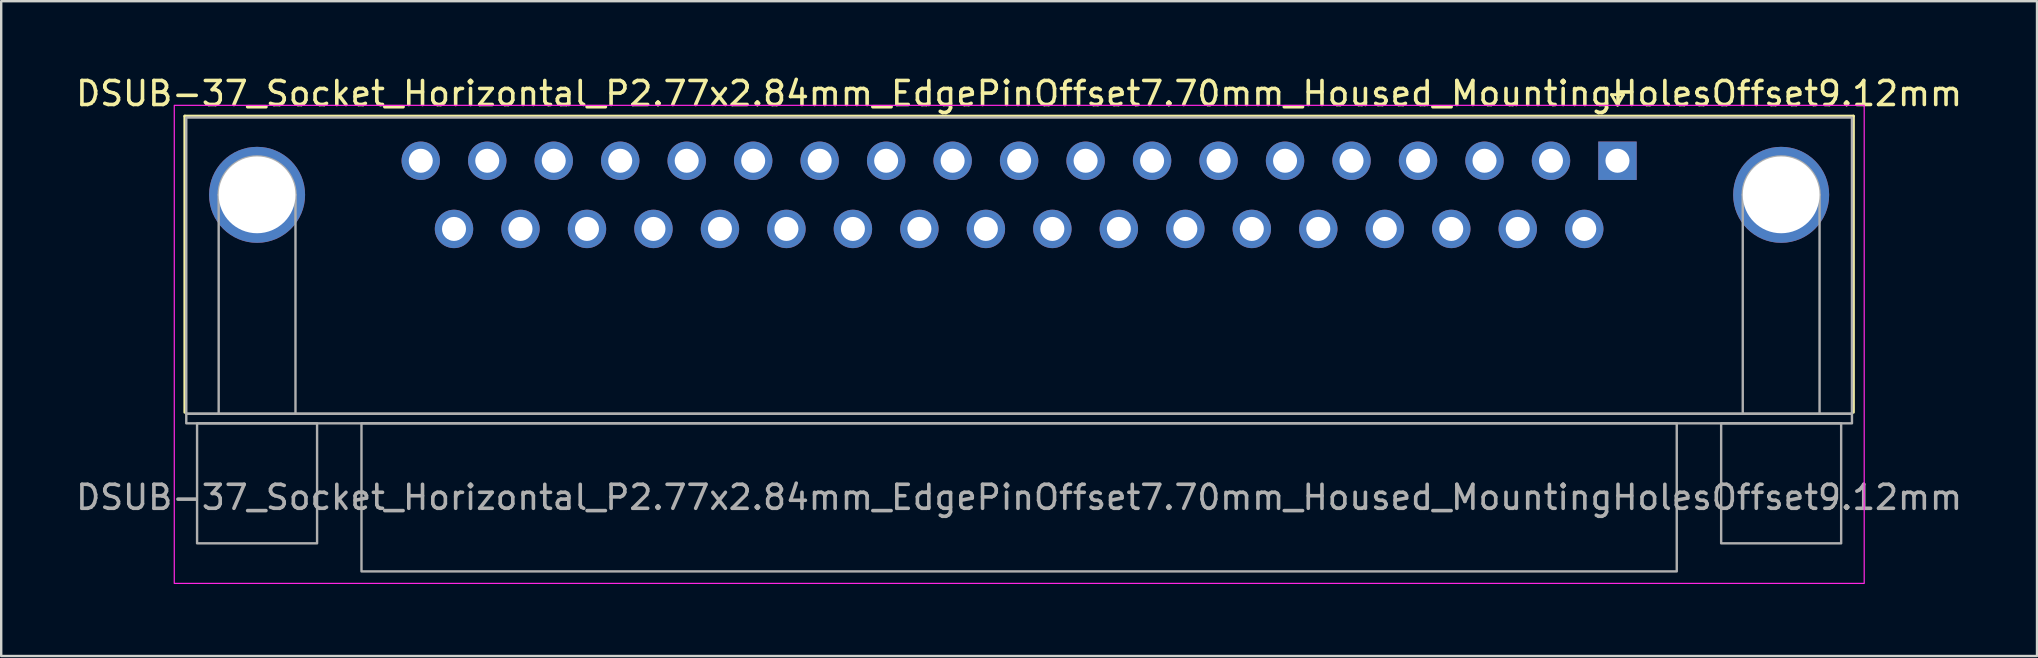
<source format=kicad_pcb>
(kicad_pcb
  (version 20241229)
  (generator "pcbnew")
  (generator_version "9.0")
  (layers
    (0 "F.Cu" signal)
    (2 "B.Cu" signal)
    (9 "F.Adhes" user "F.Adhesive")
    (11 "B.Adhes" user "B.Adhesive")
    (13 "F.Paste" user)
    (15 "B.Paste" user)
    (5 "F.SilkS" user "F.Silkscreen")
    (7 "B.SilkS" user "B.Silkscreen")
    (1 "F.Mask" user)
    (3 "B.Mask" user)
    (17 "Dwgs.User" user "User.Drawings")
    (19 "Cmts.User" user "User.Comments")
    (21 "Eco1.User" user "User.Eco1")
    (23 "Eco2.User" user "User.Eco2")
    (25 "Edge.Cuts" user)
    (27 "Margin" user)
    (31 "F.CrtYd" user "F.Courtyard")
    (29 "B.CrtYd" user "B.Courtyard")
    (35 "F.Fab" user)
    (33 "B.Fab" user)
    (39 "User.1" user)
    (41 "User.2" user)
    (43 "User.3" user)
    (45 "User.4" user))
  (footprint "DSUB-37_Socket_Horizontal_P2.77x2.84mm_EdgePinOffset7.70mm_Housed_MountingHolesOffset9.12mm"
    (layer "F.Cu")
    (at 64.341 3.648)
    (property "Reference" "DSUB-37_Socket_Horizontal_P2.77x2.84mm_EdgePinOffset7.70mm_Housed_MountingHolesOffset9.12mm" (at -24.93 -2.8 0) (layer "F.SilkS") (effects (font (size 1 1) (thickness 0.15))))
    (attr through_hole)
    (fp_line (start -59.69 -1.86) (end 9.83 -1.86) (stroke (width 0.12) (type solid)) (layer "F.SilkS"))
    (fp_line (start -59.69 10.48) (end -59.69 -1.86) (stroke (width 0.12) (type solid)) (layer "F.SilkS"))
    (fp_line (start -0.25 -2.754) (end 0.25 -2.754) (stroke (width 0.12) (type solid)) (layer "F.SilkS"))
    (fp_line (start 0 -2.321) (end -0.25 -2.754) (stroke (width 0.12) (type solid)) (layer "F.SilkS"))
    (fp_line (start 0.25 -2.754) (end 0 -2.321) (stroke (width 0.12) (type solid)) (layer "F.SilkS"))
    (fp_line (start 9.83 -1.86) (end 9.83 10.48) (stroke (width 0.12) (type solid)) (layer "F.SilkS"))
    (fp_rect (start -60.13 -2.31) (end 10.28 17.61) (stroke (width 0.05) (type solid)) (fill no) (layer "F.CrtYd"))
    (fp_line (start -58.28 10.54) (end -58.28 1.42) (stroke (width 0.1) (type solid)) (layer "F.Fab"))
    (fp_line (start -55.08 10.54) (end -55.08 1.42) (stroke (width 0.1) (type solid)) (layer "F.Fab"))
    (fp_line (start 5.22 10.54) (end 5.22 1.42) (stroke (width 0.1) (type solid)) (layer "F.Fab"))
    (fp_line (start 8.42 10.54) (end 8.42 1.42) (stroke (width 0.1) (type solid)) (layer "F.Fab"))
    (fp_rect (start -59.63 -1.8) (end 9.77 10.54) (stroke (width 0.1) (type solid)) (fill no) (layer "F.Fab"))
    (fp_rect (start -59.63 10.54) (end 9.77 10.94) (stroke (width 0.1) (type solid)) (fill no) (layer "F.Fab"))
    (fp_rect (start -59.18 10.94) (end -54.18 15.94) (stroke (width 0.1) (type solid)) (fill no) (layer "F.Fab"))
    (fp_rect (start -52.33 10.94) (end 2.47 17.11) (stroke (width 0.1) (type solid)) (fill no) (layer "F.Fab"))
    (fp_rect (start 4.32 10.94) (end 9.32 15.94) (stroke (width 0.1) (type solid)) (fill no) (layer "F.Fab"))
    (fp_arc (start -58.28 1.42) (mid -56.68 -0.18) (end -55.08 1.42) (stroke (width 0.1) (type solid)) (layer "F.Fab"))
    (fp_arc (start 5.22 1.42) (mid 6.82 -0.18) (end 8.42 1.42) (stroke (width 0.1) (type solid)) (layer "F.Fab"))
    (fp_text user "${REFERENCE}" (at -24.93 14.025 0) (layer "F.Fab") (effects (font (size 1 1) (thickness 0.15))))
    (pad "1" thru_hole rect (at 0 0) (size 1.6 1.6) (drill 1) (layers "*.Cu" "*.Mask"))
    (pad "2" thru_hole circle (at -2.77 0) (size 1.6 1.6) (drill 1) (layers "*.Cu" "*.Mask"))
    (pad "3" thru_hole circle (at -5.54 0) (size 1.6 1.6) (drill 1) (layers "*.Cu" "*.Mask"))
    (pad "4" thru_hole circle (at -8.31 0) (size 1.6 1.6) (drill 1) (layers "*.Cu" "*.Mask"))
    (pad "5" thru_hole circle (at -11.08 0) (size 1.6 1.6) (drill 1) (layers "*.Cu" "*.Mask"))
    (pad "6" thru_hole circle (at -13.85 0) (size 1.6 1.6) (drill 1) (layers "*.Cu" "*.Mask"))
    (pad "7" thru_hole circle (at -16.62 0) (size 1.6 1.6) (drill 1) (layers "*.Cu" "*.Mask"))
    (pad "8" thru_hole circle (at -19.39 0) (size 1.6 1.6) (drill 1) (layers "*.Cu" "*.Mask"))
    (pad "9" thru_hole circle (at -22.16 0) (size 1.6 1.6) (drill 1) (layers "*.Cu" "*.Mask"))
    (pad "10" thru_hole circle (at -24.93 0) (size 1.6 1.6) (drill 1) (layers "*.Cu" "*.Mask"))
    (pad "11" thru_hole circle (at -27.7 0) (size 1.6 1.6) (drill 1) (layers "*.Cu" "*.Mask"))
    (pad "12" thru_hole circle (at -30.47 0) (size 1.6 1.6) (drill 1) (layers "*.Cu" "*.Mask"))
    (pad "13" thru_hole circle (at -33.24 0) (size 1.6 1.6) (drill 1) (layers "*.Cu" "*.Mask"))
    (pad "14" thru_hole circle (at -36.01 0) (size 1.6 1.6) (drill 1) (layers "*.Cu" "*.Mask"))
    (pad "15" thru_hole circle (at -38.78 0) (size 1.6 1.6) (drill 1) (layers "*.Cu" "*.Mask"))
    (pad "16" thru_hole circle (at -41.55 0) (size 1.6 1.6) (drill 1) (layers "*.Cu" "*.Mask"))
    (pad "17" thru_hole circle (at -44.32 0) (size 1.6 1.6) (drill 1) (layers "*.Cu" "*.Mask"))
    (pad "18" thru_hole circle (at -47.09 0) (size 1.6 1.6) (drill 1) (layers "*.Cu" "*.Mask"))
    (pad "19" thru_hole circle (at -49.86 0) (size 1.6 1.6) (drill 1) (layers "*.Cu" "*.Mask"))
    (pad "20" thru_hole circle (at -1.385 2.84) (size 1.6 1.6) (drill 1) (layers "*.Cu" "*.Mask"))
    (pad "21" thru_hole circle (at -4.155 2.84) (size 1.6 1.6) (drill 1) (layers "*.Cu" "*.Mask"))
    (pad "22" thru_hole circle (at -6.925 2.84) (size 1.6 1.6) (drill 1) (layers "*.Cu" "*.Mask"))
    (pad "23" thru_hole circle (at -9.695 2.84) (size 1.6 1.6) (drill 1) (layers "*.Cu" "*.Mask"))
    (pad "24" thru_hole circle (at -12.465 2.84) (size 1.6 1.6) (drill 1) (layers "*.Cu" "*.Mask"))
    (pad "25" thru_hole circle (at -15.235 2.84) (size 1.6 1.6) (drill 1) (layers "*.Cu" "*.Mask"))
    (pad "26" thru_hole circle (at -18.005 2.84) (size 1.6 1.6) (drill 1) (layers "*.Cu" "*.Mask"))
    (pad "27" thru_hole circle (at -20.775 2.84) (size 1.6 1.6) (drill 1) (layers "*.Cu" "*.Mask"))
    (pad "28" thru_hole circle (at -23.545 2.84) (size 1.6 1.6) (drill 1) (layers "*.Cu" "*.Mask"))
    (pad "29" thru_hole circle (at -26.315 2.84) (size 1.6 1.6) (drill 1) (layers "*.Cu" "*.Mask"))
    (pad "30" thru_hole circle (at -29.085 2.84) (size 1.6 1.6) (drill 1) (layers "*.Cu" "*.Mask"))
    (pad "31" thru_hole circle (at -31.855 2.84) (size 1.6 1.6) (drill 1) (layers "*.Cu" "*.Mask"))
    (pad "32" thru_hole circle (at -34.625 2.84) (size 1.6 1.6) (drill 1) (layers "*.Cu" "*.Mask"))
    (pad "33" thru_hole circle (at -37.395 2.84) (size 1.6 1.6) (drill 1) (layers "*.Cu" "*.Mask"))
    (pad "34" thru_hole circle (at -40.165 2.84) (size 1.6 1.6) (drill 1) (layers "*.Cu" "*.Mask"))
    (pad "35" thru_hole circle (at -42.935 2.84) (size 1.6 1.6) (drill 1) (layers "*.Cu" "*.Mask"))
    (pad "36" thru_hole circle (at -45.705 2.84) (size 1.6 1.6) (drill 1) (layers "*.Cu" "*.Mask"))
    (pad "37" thru_hole circle (at -48.475 2.84) (size 1.6 1.6) (drill 1) (layers "*.Cu" "*.Mask"))
    (pad "SH" thru_hole circle (at -56.68 1.42) (size 4 4) (drill 3.2) (layers "*.Cu" "*.Mask"))
    (pad "SH" thru_hole circle (at 6.82 1.42) (size 4 4) (drill 3.2) (layers "*.Cu" "*.Mask")))
  (gr_rect
    (start -3 -3)
    (end 81.821 24.283)
    (stroke (width 0.1) (type default))
    (fill no)
    (layer "Edge.Cuts")))
</source>
